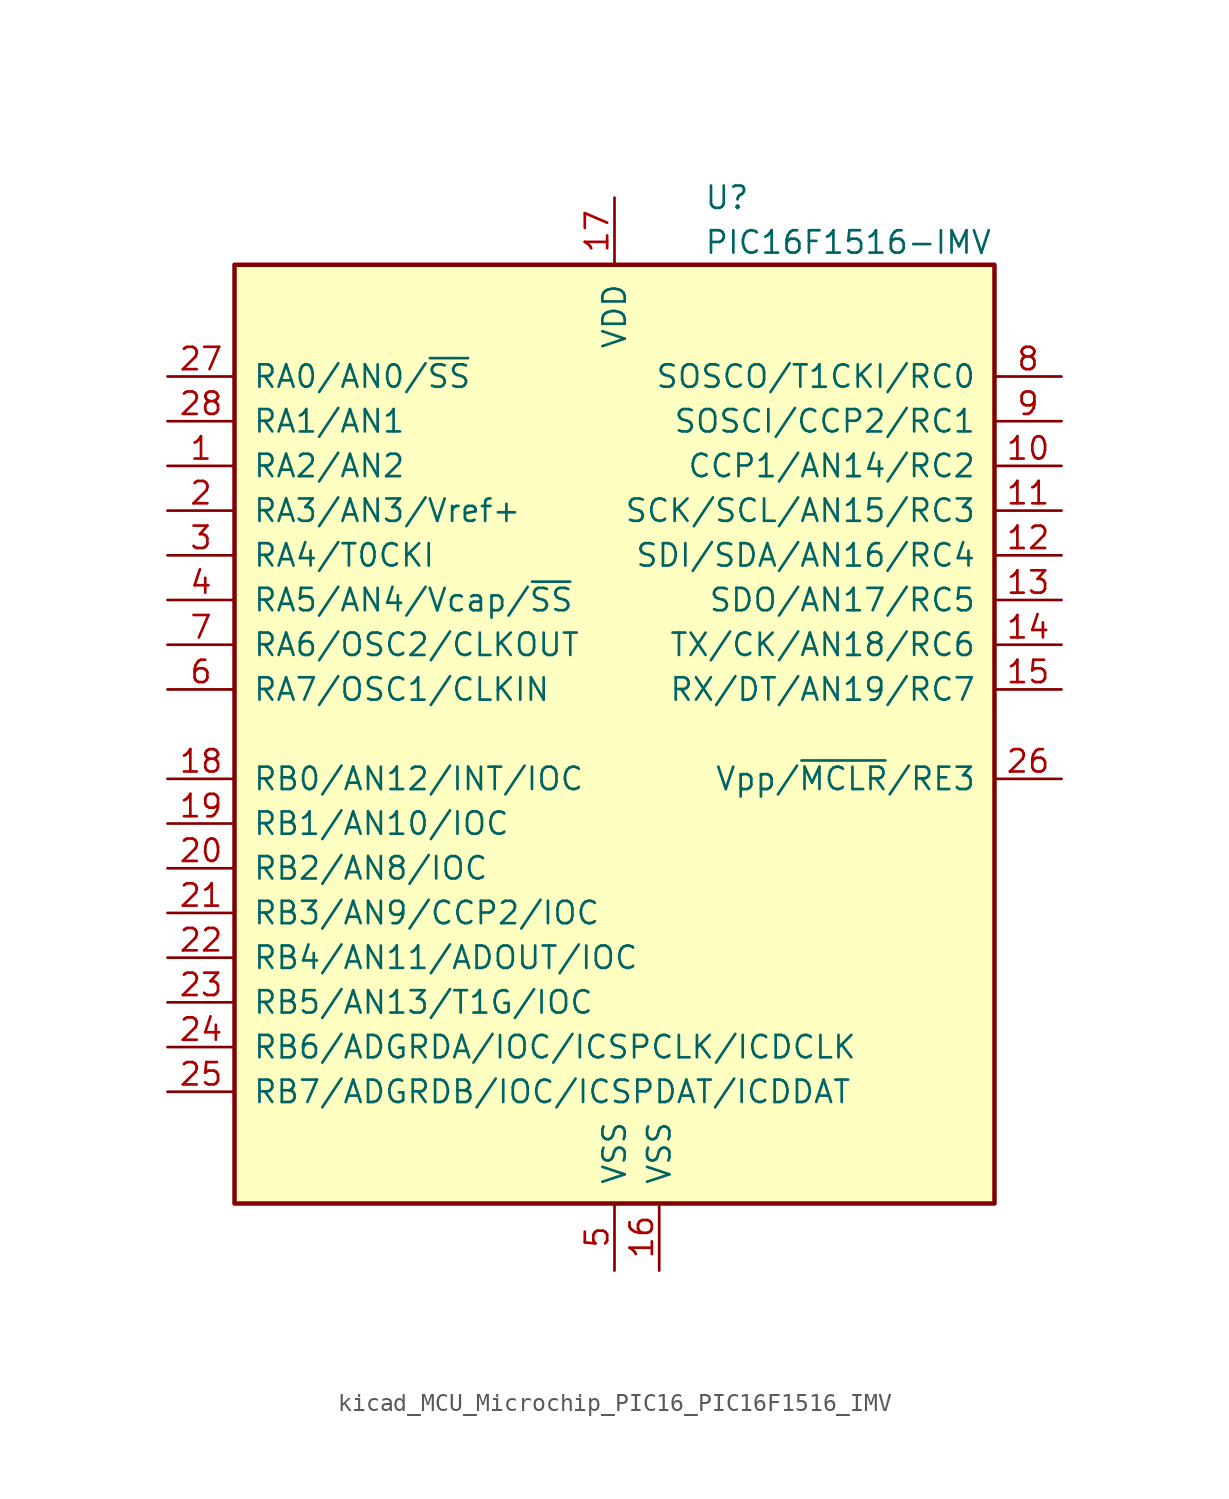
<source format=kicad_sym>
(kicad_symbol_lib
  (version 20220914)
  (generator kicad_symbol_editor)
  (symbol "kicad_MCU_Microchip_PIC16_PIC16F1516_IMV"
    (pin_names
      (offset 1.016))
    (property "Reference" "U"
      (at 5.08 30.48 0)
      (effects (font (size 1.27 1.27)) (justify left)))
    (property "Value" "PIC16F1516-IMV"
      (at 5.08 27.94 0)
      (effects (font (size 1.27 1.27)) (justify left)))
    (symbol "kicad_MCU_Microchip_PIC16_PIC16F1516_IMV_0_1"
      (rectangle (start -21.59 26.67) (end 21.59 -26.67) (stroke (width 0.254) (type default)) (fill (type background))))
    (symbol "kicad_MCU_Microchip_PIC16_PIC16F1516_IMV_1_1"
      (pin bidirectional line (at -25.4 15.24 0) (length 3.81) (name "RA2/AN2" (effects (font (size 1.27 1.27)))) (number "1" (effects (font (size 1.27 1.27)))))
      (pin bidirectional line (at 25.4 15.24 180) (length 3.81) (name "CCP1/AN14/RC2" (effects (font (size 1.27 1.27)))) (number "10" (effects (font (size 1.27 1.27)))))
      (pin bidirectional line (at 25.4 12.7 180) (length 3.81) (name "SCK/SCL/AN15/RC3" (effects (font (size 1.27 1.27)))) (number "11" (effects (font (size 1.27 1.27)))))
      (pin bidirectional line (at 25.4 10.16 180) (length 3.81) (name "SDI/SDA/AN16/RC4" (effects (font (size 1.27 1.27)))) (number "12" (effects (font (size 1.27 1.27)))))
      (pin bidirectional line (at 25.4 7.62 180) (length 3.81) (name "SDO/AN17/RC5" (effects (font (size 1.27 1.27)))) (number "13" (effects (font (size 1.27 1.27)))))
      (pin bidirectional line (at 25.4 5.08 180) (length 3.81) (name "TX/CK/AN18/RC6" (effects (font (size 1.27 1.27)))) (number "14" (effects (font (size 1.27 1.27)))))
      (pin bidirectional line (at 25.4 2.54 180) (length 3.81) (name "RX/DT/AN19/RC7" (effects (font (size 1.27 1.27)))) (number "15" (effects (font (size 1.27 1.27)))))
      (pin power_in line (at 2.54 -30.48 90) (length 3.81) (name "VSS" (effects (font (size 1.27 1.27)))) (number "16" (effects (font (size 1.27 1.27)))))
      (pin power_in line (at 0 30.48 270) (length 3.81) (name "VDD" (effects (font (size 1.27 1.27)))) (number "17" (effects (font (size 1.27 1.27)))))
      (pin bidirectional line (at -25.4 -2.54 0) (length 3.81) (name "RB0/AN12/INT/IOC" (effects (font (size 1.27 1.27)))) (number "18" (effects (font (size 1.27 1.27)))))
      (pin bidirectional line (at -25.4 -5.08 0) (length 3.81) (name "RB1/AN10/IOC" (effects (font (size 1.27 1.27)))) (number "19" (effects (font (size 1.27 1.27)))))
      (pin bidirectional line (at -25.4 12.7 0) (length 3.81) (name "RA3/AN3/Vref+" (effects (font (size 1.27 1.27)))) (number "2" (effects (font (size 1.27 1.27)))))
      (pin bidirectional line (at -25.4 -7.62 0) (length 3.81) (name "RB2/AN8/IOC" (effects (font (size 1.27 1.27)))) (number "20" (effects (font (size 1.27 1.27)))))
      (pin bidirectional line (at -25.4 -10.16 0) (length 3.81) (name "RB3/AN9/CCP2/IOC" (effects (font (size 1.27 1.27)))) (number "21" (effects (font (size 1.27 1.27)))))
      (pin bidirectional line (at -25.4 -12.7 0) (length 3.81) (name "RB4/AN11/ADOUT/IOC" (effects (font (size 1.27 1.27)))) (number "22" (effects (font (size 1.27 1.27)))))
      (pin bidirectional line (at -25.4 -15.24 0) (length 3.81) (name "RB5/AN13/T1G/IOC" (effects (font (size 1.27 1.27)))) (number "23" (effects (font (size 1.27 1.27)))))
      (pin bidirectional line (at -25.4 -17.78 0) (length 3.81) (name "RB6/ADGRDA/IOC/ICSPCLK/ICDCLK" (effects (font (size 1.27 1.27)))) (number "24" (effects (font (size 1.27 1.27)))))
      (pin bidirectional line (at -25.4 -20.32 0) (length 3.81) (name "RB7/ADGRDB/IOC/ICSPDAT/ICDDAT" (effects (font (size 1.27 1.27)))) (number "25" (effects (font (size 1.27 1.27)))))
      (pin input line (at 25.4 -2.54 180) (length 3.81) (name "Vpp/~{MCLR}/RE3" (effects (font (size 1.27 1.27)))) (number "26" (effects (font (size 1.27 1.27)))))
      (pin bidirectional line (at -25.4 20.32 0) (length 3.81) (name "RA0/AN0/~{SS}" (effects (font (size 1.27 1.27)))) (number "27" (effects (font (size 1.27 1.27)))))
      (pin bidirectional line (at -25.4 17.78 0) (length 3.81) (name "RA1/AN1" (effects (font (size 1.27 1.27)))) (number "28" (effects (font (size 1.27 1.27)))))
      (pin bidirectional line (at -25.4 10.16 0) (length 3.81) (name "RA4/T0CKI" (effects (font (size 1.27 1.27)))) (number "3" (effects (font (size 1.27 1.27)))))
      (pin bidirectional line (at -25.4 7.62 0) (length 3.81) (name "RA5/AN4/Vcap/~{SS}" (effects (font (size 1.27 1.27)))) (number "4" (effects (font (size 1.27 1.27)))))
      (pin power_in line (at 0 -30.48 90) (length 3.81) (name "VSS" (effects (font (size 1.27 1.27)))) (number "5" (effects (font (size 1.27 1.27)))))
      (pin bidirectional line (at -25.4 2.54 0) (length 3.81) (name "RA7/OSC1/CLKIN" (effects (font (size 1.27 1.27)))) (number "6" (effects (font (size 1.27 1.27)))))
      (pin bidirectional line (at -25.4 5.08 0) (length 3.81) (name "RA6/OSC2/CLKOUT" (effects (font (size 1.27 1.27)))) (number "7" (effects (font (size 1.27 1.27)))))
      (pin bidirectional line (at 25.4 20.32 180) (length 3.81) (name "SOSCO/T1CKI/RC0" (effects (font (size 1.27 1.27)))) (number "8" (effects (font (size 1.27 1.27)))))
      (pin bidirectional line (at 25.4 17.78 180) (length 3.81) (name "SOSCI/CCP2/RC1" (effects (font (size 1.27 1.27)))) (number "9" (effects (font (size 1.27 1.27))))))))
</source>
